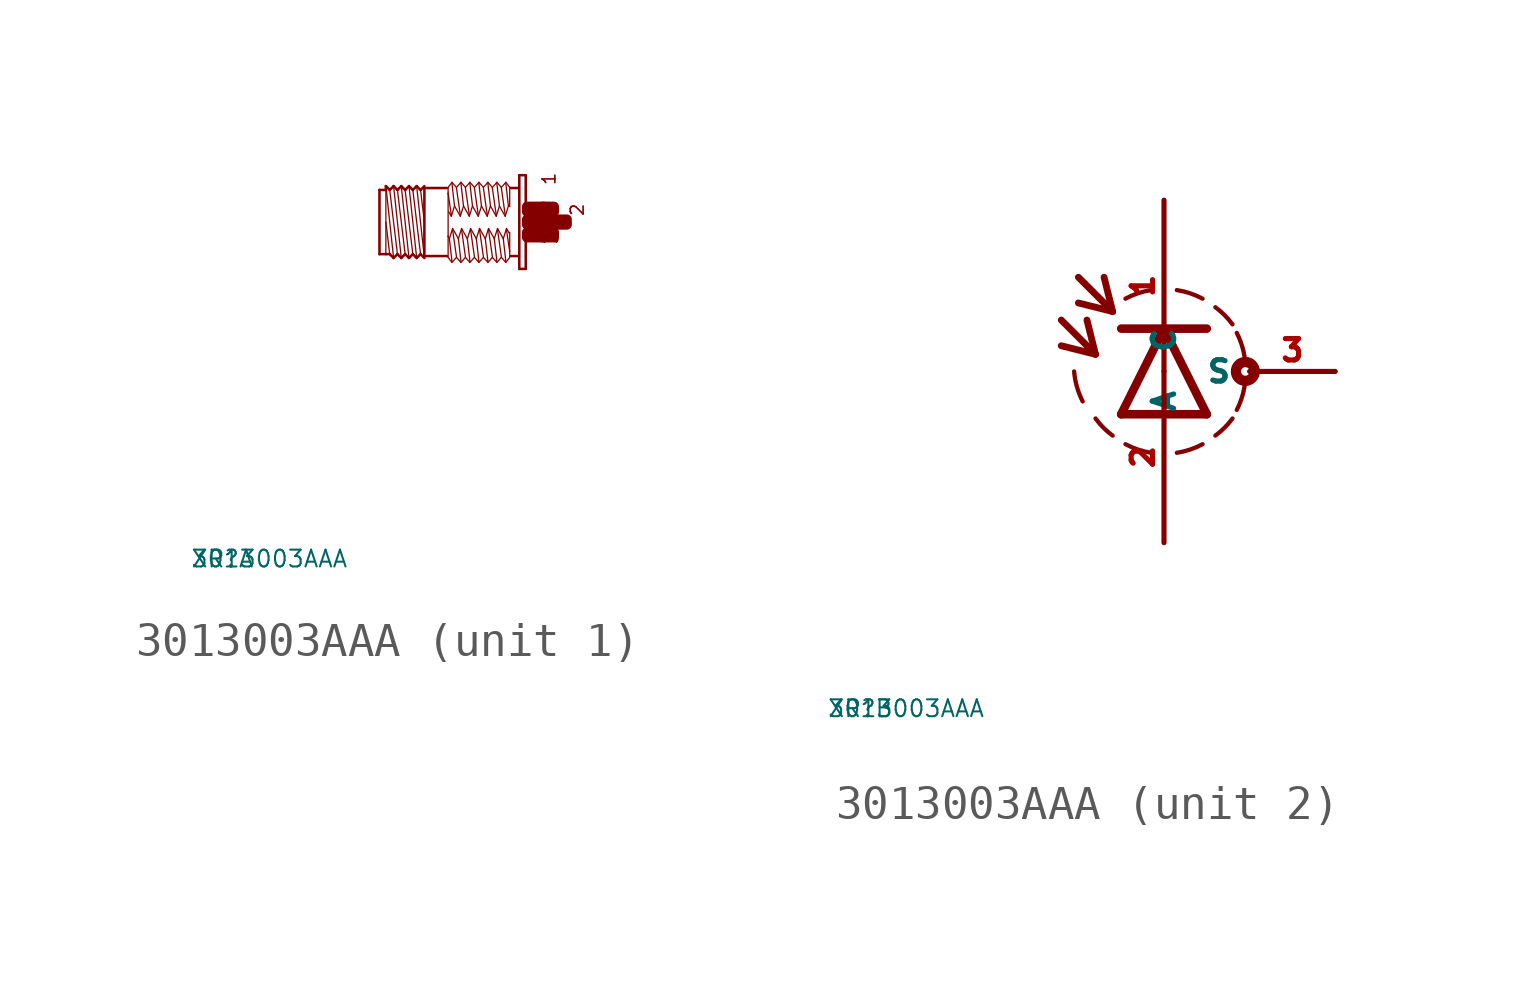
<source format=kicad_sym>
(kicad_symbol_lib
  (version 20220914)
  (generator Eagle2Kicad)
  (symbol "3013003AAA"
    (property "Reference" "XR"
      (at -10 -10 0)
      (effects (font (size 0.5 0.5) (thickness 0.06)) (justify left)))
    (property "Value" "3013003AAA"
      (at -10 -10 0)
      (effects (font (size 0.5 0.5) (thickness 0.06)) (justify left)))
    (symbol "3013003AAA_1_0"
      (polyline (pts (xy -3.048 -1.067) (xy -3.277 1.067)) (stroke (width 0.038) (type default)) (fill (type none)))
      (polyline (pts (xy -3.162 0.953) (xy -3.048 0)) (stroke (width 0.038) (type default)) (fill (type none)))
      (polyline (pts (xy -3.162 -0.953) (xy -3.391 0.953)) (stroke (width 0.038) (type default)) (fill (type none)))
      (polyline (pts (xy -3.277 -1.067) (xy -3.505 1.067)) (stroke (width 0.038) (type default)) (fill (type none)))
      (polyline (pts (xy -3.391 -0.953) (xy -3.619 0.953)) (stroke (width 0.038) (type default)) (fill (type none)))
      (polyline (pts (xy -3.505 -1.067) (xy -3.734 1.067)) (stroke (width 0.038) (type default)) (fill (type none)))
      (polyline (pts (xy -3.619 -0.953) (xy -3.848 0.953)) (stroke (width 0.038) (type default)) (fill (type none)))
      (polyline (pts (xy -3.734 -1.067) (xy -3.962 1.067)) (stroke (width 0.038) (type default)) (fill (type none)))
      (polyline (pts (xy -3.848 -0.953) (xy -4.077 0.953)) (stroke (width 0.038) (type default)) (fill (type none)))
      (polyline (pts (xy -3.962 -1.067) (xy -4.191 1.067)) (stroke (width 0.038) (type default)) (fill (type none)))
      (polyline (pts (xy -4.191 0) (xy -4.077 -0.953)) (stroke (width 0.038) (type default)) (fill (type none)))
      (polyline (pts (xy -4.191 1.029) (xy -4.191 0.953)) (stroke (width 0.038) (type default)) (fill (type none)))
      (polyline (pts (xy -4.191 0.953) (xy -4.191 -0.953)) (stroke (width 0.038) (type default)) (fill (type none)))
      (polyline (pts (xy -4.381 -0.953) (xy -4.381 0.953)) (stroke (width 0.076) (type default)) (fill (type none)))
      (polyline (pts (xy -4.381 0.953) (xy -4.191 0.953)) (stroke (width 0.076) (type default)) (fill (type none)))
      (polyline (pts (xy -4.191 0.953) (xy -4.191 1.067)) (stroke (width 0.076) (type default)) (fill (type none)))
      (polyline (pts (xy -4.191 1.067) (xy -4.077 0.953)) (stroke (width 0.076) (type default)) (fill (type none)))
      (polyline (pts (xy -4.077 0.953) (xy -3.962 1.067)) (stroke (width 0.076) (type default)) (fill (type none)))
      (polyline (pts (xy -3.962 1.067) (xy -3.848 0.953)) (stroke (width 0.076) (type default)) (fill (type none)))
      (polyline (pts (xy -3.848 0.953) (xy -3.734 1.067)) (stroke (width 0.076) (type default)) (fill (type none)))
      (polyline (pts (xy -3.734 1.067) (xy -3.619 0.953)) (stroke (width 0.076) (type default)) (fill (type none)))
      (polyline (pts (xy -3.619 0.953) (xy -3.505 1.067)) (stroke (width 0.076) (type default)) (fill (type none)))
      (polyline (pts (xy -3.277 1.067) (xy -3.162 0.953)) (stroke (width 0.076) (type default)) (fill (type none)))
      (polyline (pts (xy -3.162 0.953) (xy -3.048 1.067)) (stroke (width 0.076) (type default)) (fill (type none)))
      (polyline (pts (xy -3.048 -1.067) (xy -3.162 -0.953)) (stroke (width 0.076) (type default)) (fill (type none)))
      (polyline (pts (xy -3.162 -0.953) (xy -3.277 -1.067)) (stroke (width 0.076) (type default)) (fill (type none)))
      (polyline (pts (xy -3.277 -1.067) (xy -3.391 -0.953)) (stroke (width 0.076) (type default)) (fill (type none)))
      (polyline (pts (xy -3.391 -0.953) (xy -3.505 -1.067)) (stroke (width 0.076) (type default)) (fill (type none)))
      (polyline (pts (xy -3.505 -1.067) (xy -3.619 -0.953)) (stroke (width 0.076) (type default)) (fill (type none)))
      (polyline (pts (xy -3.619 -0.953) (xy -3.734 -1.067)) (stroke (width 0.076) (type default)) (fill (type none)))
      (polyline (pts (xy -3.734 -1.067) (xy -3.848 -0.953)) (stroke (width 0.076) (type default)) (fill (type none)))
      (polyline (pts (xy -3.848 -0.953) (xy -3.962 -1.067)) (stroke (width 0.076) (type default)) (fill (type none)))
      (polyline (pts (xy -3.962 -1.067) (xy -4.077 -0.953)) (stroke (width 0.076) (type default)) (fill (type none)))
      (polyline (pts (xy -4.077 -0.953) (xy -4.191 -0.953)) (stroke (width 0.076) (type default)) (fill (type none)))
      (polyline (pts (xy -4.191 -0.953) (xy -4.381 -0.953)) (stroke (width 0.076) (type default)) (fill (type none)))
      (polyline (pts (xy -3.048 1.029) (xy -3.048 1.01)) (stroke (width 0.076) (type default)) (fill (type none)))
      (polyline (pts (xy -3.048 1.01) (xy -3.048 -1.01)) (stroke (width 0.076) (type default)) (fill (type none)))
      (polyline (pts (xy -3.048 -1.01) (xy -3.048 -1.029)) (stroke (width 0.076) (type default)) (fill (type none)))
      (polyline (pts (xy -0.038 1.391) (xy -0.038 -1.391)) (stroke (width 0.076) (type default)) (fill (type none)))
      (polyline (pts (xy -0.038 -1.391) (xy -0.229 -1.391)) (stroke (width 0.076) (type default)) (fill (type none)))
      (polyline (pts (xy -0.229 -1.391) (xy -0.229 1.391)) (stroke (width 0.076) (type default)) (fill (type none)))
      (polyline (pts (xy -0.229 1.391) (xy -0.038 1.391)) (stroke (width 0.076) (type default)) (fill (type none)))
      (polyline (pts (xy -0.267 1.01) (xy -0.476 1.01)) (stroke (width 0.076) (type default)) (fill (type none)))
      (polyline (pts (xy -0.267 -1.01) (xy -0.476 -1.01)) (stroke (width 0.076) (type default)) (fill (type none)))
      (polyline (pts (xy -2.381 -1.01) (xy -3.048 -1.01)) (stroke (width 0.076) (type default)) (fill (type none)))
      (polyline (pts (xy -3.048 1.01) (xy -2.381 1.01)) (stroke (width 0.076) (type default)) (fill (type none)))
      (polyline (pts (xy -0.514 -1.048) (xy -0.629 -1.2)) (stroke (width 0.038) (type default)) (fill (type none)))
      (polyline (pts (xy -0.629 -1.2) (xy -0.762 -1.048)) (stroke (width 0.038) (type default)) (fill (type none)))
      (polyline (pts (xy -0.762 -1.048) (xy -0.895 -1.2)) (stroke (width 0.038) (type default)) (fill (type none)))
      (polyline (pts (xy -0.895 -1.2) (xy -1.029 -1.048)) (stroke (width 0.038) (type default)) (fill (type none)))
      (polyline (pts (xy -1.029 -1.048) (xy -1.162 -1.2)) (stroke (width 0.038) (type default)) (fill (type none)))
      (polyline (pts (xy -1.162 -1.2) (xy -1.295 -1.048)) (stroke (width 0.038) (type default)) (fill (type none)))
      (polyline (pts (xy -1.295 -1.048) (xy -1.429 -1.2)) (stroke (width 0.038) (type default)) (fill (type none)))
      (polyline (pts (xy -1.429 -1.2) (xy -1.562 -1.048)) (stroke (width 0.038) (type default)) (fill (type none)))
      (polyline (pts (xy -1.562 -1.048) (xy -1.696 -1.2)) (stroke (width 0.038) (type default)) (fill (type none)))
      (polyline (pts (xy -1.696 -1.2) (xy -1.829 -1.048)) (stroke (width 0.038) (type default)) (fill (type none)))
      (polyline (pts (xy -1.829 -1.048) (xy -1.962 -1.2)) (stroke (width 0.038) (type default)) (fill (type none)))
      (polyline (pts (xy -1.962 -1.2) (xy -2.095 -1.048)) (stroke (width 0.038) (type default)) (fill (type none)))
      (polyline (pts (xy -2.095 -1.048) (xy -2.229 -1.2)) (stroke (width 0.038) (type default)) (fill (type none)))
      (polyline (pts (xy -2.229 -1.2) (xy -2.343 -1.048)) (stroke (width 0.038) (type default)) (fill (type none)))
      (polyline (pts (xy -2.343 -1.048) (xy -2.343 -0.419)) (stroke (width 0.038) (type default)) (fill (type none)))
      (polyline (pts (xy -2.343 -0.419) (xy -2.343 0.857)) (stroke (width 0.038) (type default)) (fill (type none)))
      (polyline (pts (xy -2.343 0.857) (xy -2.343 1.029)) (stroke (width 0.038) (type default)) (fill (type none)))
      (polyline (pts (xy -0.514 1.048) (xy -0.514 1.029)) (stroke (width 0.038) (type default)) (fill (type none)))
      (polyline (pts (xy -0.514 1.029) (xy -0.514 0.457)) (stroke (width 0.038) (type default)) (fill (type none)))
      (polyline (pts (xy -0.514 -0.305) (xy -0.514 -0.876)) (stroke (width 0.038) (type default)) (fill (type none)))
      (polyline (pts (xy -0.514 -0.876) (xy -0.514 -1.029)) (stroke (width 0.038) (type default)) (fill (type none)))
      (polyline (pts (xy -0.533 -0.324) (xy -0.61 -0.191)) (stroke (width 0.038) (type default)) (fill (type none)))
      (polyline (pts (xy -0.61 -0.191) (xy -0.705 -0.495)) (stroke (width 0.038) (type default)) (fill (type none)))
      (polyline (pts (xy -0.705 -0.495) (xy -0.876 -0.191)) (stroke (width 0.038) (type default)) (fill (type none)))
      (polyline (pts (xy -0.876 -0.191) (xy -0.972 -0.495)) (stroke (width 0.038) (type default)) (fill (type none)))
      (polyline (pts (xy -0.972 -0.495) (xy -1.143 -0.191)) (stroke (width 0.038) (type default)) (fill (type none)))
      (polyline (pts (xy -1.143 -0.191) (xy -1.238 -0.495)) (stroke (width 0.038) (type default)) (fill (type none)))
      (polyline (pts (xy -1.238 -0.495) (xy -1.41 -0.191)) (stroke (width 0.038) (type default)) (fill (type none)))
      (polyline (pts (xy -1.41 -0.191) (xy -1.505 -0.495)) (stroke (width 0.038) (type default)) (fill (type none)))
      (polyline (pts (xy -1.505 -0.495) (xy -1.676 -0.191)) (stroke (width 0.038) (type default)) (fill (type none)))
      (polyline (pts (xy -1.676 -0.191) (xy -1.772 -0.495)) (stroke (width 0.038) (type default)) (fill (type none)))
      (polyline (pts (xy -1.772 -0.495) (xy -1.943 -0.191)) (stroke (width 0.038) (type default)) (fill (type none)))
      (polyline (pts (xy -1.943 -0.191) (xy -2.038 -0.495)) (stroke (width 0.038) (type default)) (fill (type none)))
      (polyline (pts (xy -2.038 -0.495) (xy -2.21 -0.191)) (stroke (width 0.038) (type default)) (fill (type none)))
      (polyline (pts (xy -2.21 -0.191) (xy -2.305 -0.495)) (stroke (width 0.038) (type default)) (fill (type none)))
      (polyline (pts (xy -2.305 -0.495) (xy -2.343 -0.419)) (stroke (width 0.038) (type default)) (fill (type none)))
      (polyline (pts (xy -2.229 -1.162) (xy -2.305 -0.495)) (stroke (width 0.038) (type default)) (fill (type none)))
      (polyline (pts (xy -2.095 -1.029) (xy -2.21 -0.229)) (stroke (width 0.038) (type default)) (fill (type none)))
      (polyline (pts (xy -1.962 -1.162) (xy -2.038 -0.495)) (stroke (width 0.038) (type default)) (fill (type none)))
      (polyline (pts (xy -1.829 -1.029) (xy -1.943 -0.229)) (stroke (width 0.038) (type default)) (fill (type none)))
      (polyline (pts (xy -1.562 -1.029) (xy -1.676 -0.229)) (stroke (width 0.038) (type default)) (fill (type none)))
      (polyline (pts (xy -1.429 -1.162) (xy -1.505 -0.495)) (stroke (width 0.038) (type default)) (fill (type none)))
      (polyline (pts (xy -1.295 -1.029) (xy -1.41 -0.229)) (stroke (width 0.038) (type default)) (fill (type none)))
      (polyline (pts (xy -1.162 -1.162) (xy -1.238 -0.495)) (stroke (width 0.038) (type default)) (fill (type none)))
      (polyline (pts (xy -1.029 -1.029) (xy -1.143 -0.229)) (stroke (width 0.038) (type default)) (fill (type none)))
      (polyline (pts (xy -0.895 -1.162) (xy -0.972 -0.495)) (stroke (width 0.038) (type default)) (fill (type none)))
      (polyline (pts (xy -0.762 -1.029) (xy -0.876 -0.229)) (stroke (width 0.038) (type default)) (fill (type none)))
      (polyline (pts (xy -0.629 -1.162) (xy -0.705 -0.495)) (stroke (width 0.038) (type default)) (fill (type none)))
      (polyline (pts (xy -0.514 -0.876) (xy -0.61 -0.229)) (stroke (width 0.038) (type default)) (fill (type none)))
      (polyline (pts (xy -2.343 1.029) (xy -2.229 1.181)) (stroke (width 0.038) (type default)) (fill (type none)))
      (polyline (pts (xy -2.229 1.181) (xy -2.095 1.029)) (stroke (width 0.038) (type default)) (fill (type none)))
      (polyline (pts (xy -2.095 1.029) (xy -1.962 1.181)) (stroke (width 0.038) (type default)) (fill (type none)))
      (polyline (pts (xy -1.962 1.181) (xy -1.829 1.029)) (stroke (width 0.038) (type default)) (fill (type none)))
      (polyline (pts (xy -1.829 1.029) (xy -1.696 1.181)) (stroke (width 0.038) (type default)) (fill (type none)))
      (polyline (pts (xy -1.696 1.181) (xy -1.562 1.029)) (stroke (width 0.038) (type default)) (fill (type none)))
      (polyline (pts (xy -1.562 1.029) (xy -1.429 1.181)) (stroke (width 0.038) (type default)) (fill (type none)))
      (polyline (pts (xy -1.429 1.181) (xy -1.295 1.029)) (stroke (width 0.038) (type default)) (fill (type none)))
      (polyline (pts (xy -1.295 1.029) (xy -1.162 1.181)) (stroke (width 0.038) (type default)) (fill (type none)))
      (polyline (pts (xy -1.162 1.181) (xy -1.029 1.029)) (stroke (width 0.038) (type default)) (fill (type none)))
      (polyline (pts (xy -1.029 1.029) (xy -0.895 1.181)) (stroke (width 0.038) (type default)) (fill (type none)))
      (polyline (pts (xy -0.895 1.181) (xy -0.762 1.029)) (stroke (width 0.038) (type default)) (fill (type none)))
      (polyline (pts (xy -0.762 1.029) (xy -0.629 1.181)) (stroke (width 0.038) (type default)) (fill (type none)))
      (polyline (pts (xy -0.629 1.181) (xy -0.514 1.029)) (stroke (width 0.038) (type default)) (fill (type none)))
      (polyline (pts (xy -2.324 0.305) (xy -2.248 0.172)) (stroke (width 0.038) (type default)) (fill (type none)))
      (polyline (pts (xy -2.248 0.172) (xy -2.153 0.476)) (stroke (width 0.038) (type default)) (fill (type none)))
      (polyline (pts (xy -2.153 0.476) (xy -1.981 0.172)) (stroke (width 0.038) (type default)) (fill (type none)))
      (polyline (pts (xy -1.981 0.172) (xy -1.886 0.476)) (stroke (width 0.038) (type default)) (fill (type none)))
      (polyline (pts (xy -1.886 0.476) (xy -1.714 0.172)) (stroke (width 0.038) (type default)) (fill (type none)))
      (polyline (pts (xy -1.714 0.172) (xy -1.619 0.476)) (stroke (width 0.038) (type default)) (fill (type none)))
      (polyline (pts (xy -1.619 0.476) (xy -1.448 0.172)) (stroke (width 0.038) (type default)) (fill (type none)))
      (polyline (pts (xy -1.448 0.172) (xy -1.353 0.476)) (stroke (width 0.038) (type default)) (fill (type none)))
      (polyline (pts (xy -1.353 0.476) (xy -1.181 0.172)) (stroke (width 0.038) (type default)) (fill (type none)))
      (polyline (pts (xy -1.181 0.172) (xy -1.086 0.476)) (stroke (width 0.038) (type default)) (fill (type none)))
      (polyline (pts (xy -1.086 0.476) (xy -0.914 0.172)) (stroke (width 0.038) (type default)) (fill (type none)))
      (polyline (pts (xy -0.914 0.172) (xy -0.819 0.476)) (stroke (width 0.038) (type default)) (fill (type none)))
      (polyline (pts (xy -0.819 0.476) (xy -0.648 0.172)) (stroke (width 0.038) (type default)) (fill (type none)))
      (polyline (pts (xy -0.648 0.172) (xy -0.552 0.476)) (stroke (width 0.038) (type default)) (fill (type none)))
      (polyline (pts (xy -0.629 1.143) (xy -0.552 0.476)) (stroke (width 0.038) (type default)) (fill (type none)))
      (polyline (pts (xy -0.762 1.01) (xy -0.648 0.21)) (stroke (width 0.038) (type default)) (fill (type none)))
      (polyline (pts (xy -0.895 1.143) (xy -0.819 0.476)) (stroke (width 0.038) (type default)) (fill (type none)))
      (polyline (pts (xy -1.029 1.01) (xy -0.914 0.21)) (stroke (width 0.038) (type default)) (fill (type none)))
      (polyline (pts (xy -1.162 1.143) (xy -1.086 0.476)) (stroke (width 0.038) (type default)) (fill (type none)))
      (polyline (pts (xy -1.295 1.01) (xy -1.181 0.21)) (stroke (width 0.038) (type default)) (fill (type none)))
      (polyline (pts (xy -1.429 1.143) (xy -1.353 0.476)) (stroke (width 0.038) (type default)) (fill (type none)))
      (polyline (pts (xy -1.562 1.01) (xy -1.448 0.21)) (stroke (width 0.038) (type default)) (fill (type none)))
      (polyline (pts (xy -1.696 1.143) (xy -1.619 0.476)) (stroke (width 0.038) (type default)) (fill (type none)))
      (polyline (pts (xy -1.829 1.01) (xy -1.714 0.21)) (stroke (width 0.038) (type default)) (fill (type none)))
      (polyline (pts (xy -1.962 1.143) (xy -1.886 0.476)) (stroke (width 0.038) (type default)) (fill (type none)))
      (polyline (pts (xy -2.095 1.01) (xy -1.981 0.21)) (stroke (width 0.038) (type default)) (fill (type none)))
      (polyline (pts (xy -2.229 1.143) (xy -2.153 0.476)) (stroke (width 0.038) (type default)) (fill (type none)))
      (polyline (pts (xy -2.343 0.857) (xy -2.248 0.21)) (stroke (width 0.038) (type default)) (fill (type none)))
      (polyline (pts (xy -1.696 -1.162) (xy -1.772 -0.495)) (stroke (width 0.038) (type default)) (fill (type none)))
      (polyline (pts (xy -3.277 1.067) (xy -3.391 0.953)) (stroke (width 0.076) (type default)) (fill (type none)))
      (polyline (pts (xy -3.391 0.953) (xy -3.505 1.067)) (stroke (width 0.076) (type default)) (fill (type none)))
      (text "1" (at 0.876 1.067 1800) (effects (font (size 0.381 0.381) (thickness 0.05)) (justify left bottom)))
      (text "3" (at 0.953 -0.686 1800) (effects (font (size 0.381 0.381) (thickness 0.05)) (justify left bottom)))
      (text "2" (at 1.714 0.152 1800) (effects (font (size 0.381 0.381) (thickness 0.05)) (justify left bottom)))
      (rectangle (start 0 -0.457) (end 0.495 -0.305) (stroke (width 0.3) (type default)) (fill (type outline)))
      (rectangle (start 0 -0.076) (end 0.876 0.076) (stroke (width 0.3) (type default)) (fill (type outline)))
      (rectangle (start 0.457 -0.457) (end 0.8 -0.305) (stroke (width 0.3) (type default)) (fill (type outline)))
      (rectangle (start 0.838 -0.076) (end 1.181 0.076) (stroke (width 0.3) (type default)) (fill (type outline)))
      (rectangle (start 0.457 0.305) (end 0.8 0.457) (stroke (width 0.3) (type default)) (fill (type outline)))
      (rectangle (start 0 0.305) (end 0.495 0.457) (stroke (width 0.3) (type default)) (fill (type outline))))
    (symbol "3013003AAA_2_0"
      (arc (start 0.381 -2.413) (mid 0.773 -2.318) (end 1.143 -2.159) (stroke (width 0.127) (type default)) (fill (type none)))
      (arc (start 2.159 -1.143) (mid 2.329 -0.711) (end 2.413 -0.254) (stroke (width 0.127) (type default)) (fill (type none)))
      (arc (start 2.413 0.254) (mid 2.329 0.711) (end 2.159 1.143) (stroke (width 0.127) (type default)) (fill (type none)))
      (arc (start 2.032 1.397) (mid 1.797 1.670) (end 1.524 1.905) (stroke (width 0.127) (type default)) (fill (type none)))
      (arc (start 1.143 2.159) (mid 0.773 2.318) (end 0.381 2.413) (stroke (width 0.127) (type default)) (fill (type none)))
      (arc (start 1.524 -1.905) (mid 1.797 -1.670) (end 2.032 -1.397) (stroke (width 0.127) (type default)) (fill (type none)))
      (arc (start -0.381 2.413) (mid -0.773 2.318) (end -1.143 2.159) (stroke (width 0.127) (type default)) (fill (type none)))
      (polyline (pts (xy 1.27 -1.27) (xy 0 1.27)) (stroke (width 0.254) (type default)) (fill (type none)))
      (polyline (pts (xy 0 1.27) (xy -1.27 -1.27)) (stroke (width 0.254) (type default)) (fill (type none)))
      (polyline (pts (xy -1.27 1.27) (xy 0 1.27)) (stroke (width 0.254) (type default)) (fill (type none)))
      (polyline (pts (xy -1.27 -1.27) (xy 1.27 -1.27)) (stroke (width 0.254) (type default)) (fill (type none)))
      (polyline (pts (xy 0 1.27) (xy 1.27 1.27)) (stroke (width 0.254) (type default)) (fill (type none)))
      (polyline (pts (xy -3.048 1.524) (xy -2.032 0.508)) (stroke (width 0.203) (type default)) (fill (type none)))
      (polyline (pts (xy -2.032 0.508) (xy -2.286 1.524)) (stroke (width 0.203) (type default)) (fill (type none)))
      (polyline (pts (xy -2.032 0.508) (xy -3.048 0.762)) (stroke (width 0.203) (type default)) (fill (type none)))
      (polyline (pts (xy -2.54 2.794) (xy -1.524 1.778)) (stroke (width 0.203) (type default)) (fill (type none)))
      (polyline (pts (xy -1.524 1.778) (xy -1.778 2.794)) (stroke (width 0.203) (type default)) (fill (type none)))
      (polyline (pts (xy -1.524 1.778) (xy -2.54 2.032)) (stroke (width 0.203) (type default)) (fill (type none)))
      (arc (start -2.667 0) (mid -2.583 -0.457) (end -2.413 -0.889) (stroke (width 0.127) (type default)) (fill (type none)))
      (arc (start -2.032 -1.397) (mid -1.797 -1.670) (end -1.524 -1.905) (stroke (width 0.127) (type default)) (fill (type none)))
      (arc (start -1.143 -2.159) (mid -0.773 -2.318) (end -0.381 -2.413) (stroke (width 0.127) (type default)) (fill (type none)))
      (circle (center 2.413 0) (radius 0.127) (stroke (width 0.305) (type default)) (fill (type none)))
      (pin passive line (at 0 5.08 270) (length 5.08) (name "A" (effects (font (size 0.635 0.635) (thickness 0.08)) (justify left bottom))) (number "1" (effects (font (size 0.635 0.635) (thickness 0.08)) (justify left bottom))))
      (pin passive line (at 0 -5.08 90) (length 5.08) (name "C" (effects (font (size 0.635 0.635) (thickness 0.08)) (justify left bottom))) (number "2" (effects (font (size 0.635 0.635) (thickness 0.08)) (justify left bottom))))
      (pin passive line (at 5.08 0 180) (length 2.54) (name "S" (effects (font (size 0.635 0.635) (thickness 0.08)) (justify left bottom))) (number "3" (effects (font (size 0.635 0.635) (thickness 0.08)) (justify left bottom)))))))
</source>
